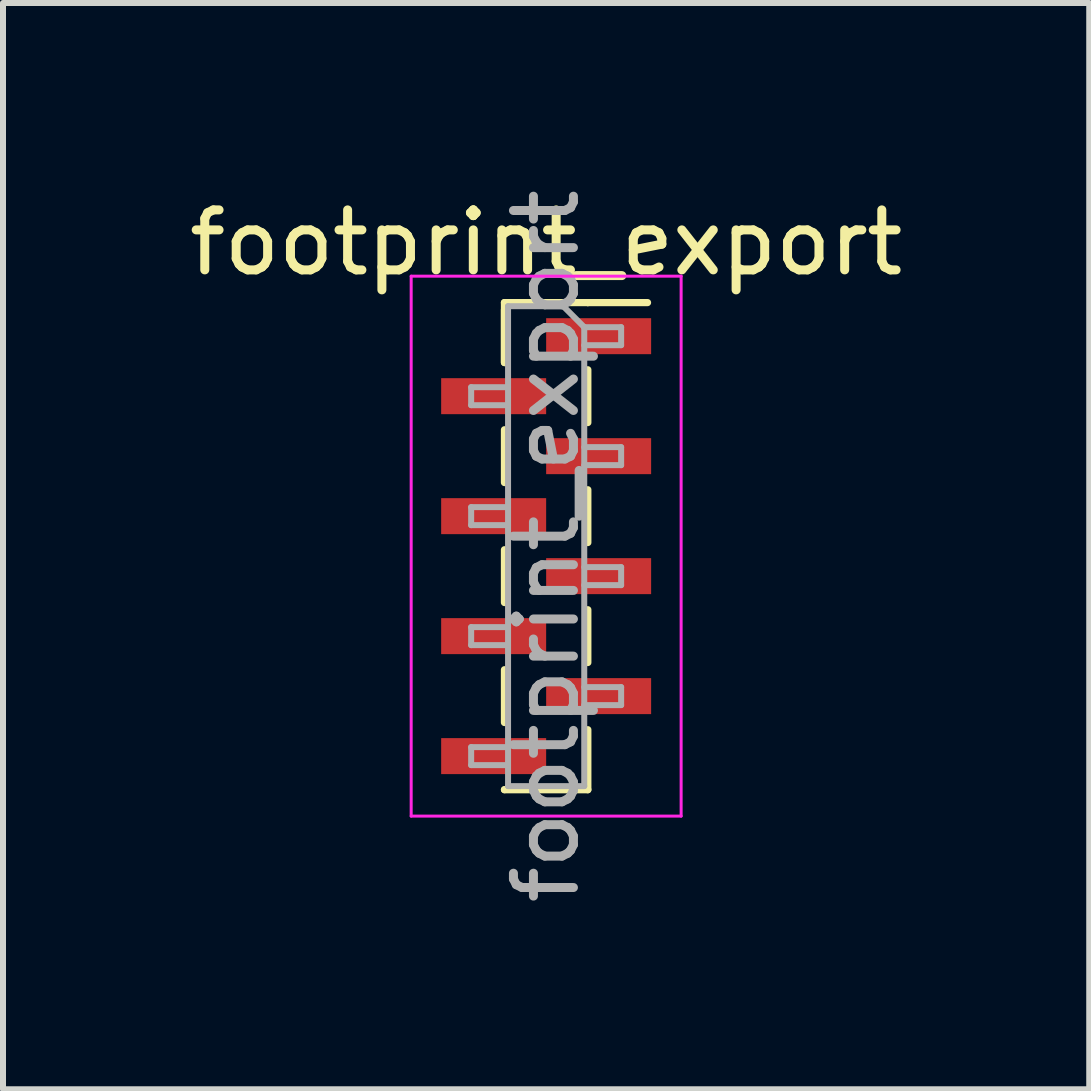
<source format=kicad_pcb>
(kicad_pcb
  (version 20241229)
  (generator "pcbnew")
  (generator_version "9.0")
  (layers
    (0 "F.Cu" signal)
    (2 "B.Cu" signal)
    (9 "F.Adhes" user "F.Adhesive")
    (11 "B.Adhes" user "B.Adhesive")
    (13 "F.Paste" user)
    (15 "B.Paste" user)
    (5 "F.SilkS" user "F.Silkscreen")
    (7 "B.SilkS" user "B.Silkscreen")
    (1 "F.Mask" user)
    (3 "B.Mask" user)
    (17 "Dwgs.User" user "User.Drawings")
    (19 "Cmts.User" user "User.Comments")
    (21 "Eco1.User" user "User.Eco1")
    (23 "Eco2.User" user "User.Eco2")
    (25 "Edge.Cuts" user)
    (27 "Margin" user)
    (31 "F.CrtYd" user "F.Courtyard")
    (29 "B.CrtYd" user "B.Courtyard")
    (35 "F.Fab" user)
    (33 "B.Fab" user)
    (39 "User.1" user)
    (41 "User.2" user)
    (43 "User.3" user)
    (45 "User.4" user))
  (footprint "footprint_export"
    (layer "F.Cu")
    (at 6.054 6.054)
    (property "Reference" "footprint_export" (at 0 -5.06 0) (layer "F.SilkS") (effects (font (size 1 1) (thickness 0.15))))
    (attr smd)
    (fp_line (start -0.695 -4.06) (end -0.695 -3.06) (stroke (width 0.12) (type solid)) (layer "F.SilkS"))
    (fp_line (start -0.695 -4.06) (end 0.695 -4.06) (stroke (width 0.12) (type solid)) (layer "F.SilkS"))
    (fp_line (start -0.695 -3.94) (end -0.695 -3.06) (stroke (width 0.12) (type solid)) (layer "F.SilkS"))
    (fp_line (start -0.695 -1.94) (end -0.695 -1.06) (stroke (width 0.12) (type solid)) (layer "F.SilkS"))
    (fp_line (start -0.695 0.06) (end -0.695 0.94) (stroke (width 0.12) (type solid)) (layer "F.SilkS"))
    (fp_line (start -0.695 2.06) (end -0.695 2.94) (stroke (width 0.12) (type solid)) (layer "F.SilkS"))
    (fp_line (start -0.695 4.06) (end -0.695 4.06) (stroke (width 0.12) (type solid)) (layer "F.SilkS"))
    (fp_line (start -0.695 4.06) (end 0.695 4.06) (stroke (width 0.12) (type solid)) (layer "F.SilkS"))
    (fp_line (start 0.695 -4.06) (end 0.695 -4.06) (stroke (width 0.12) (type solid)) (layer "F.SilkS"))
    (fp_line (start 0.695 -4.06) (end 1.69 -4.06) (stroke (width 0.12) (type solid)) (layer "F.SilkS"))
    (fp_line (start 0.695 -2.94) (end 0.695 -2.06) (stroke (width 0.12) (type solid)) (layer "F.SilkS"))
    (fp_line (start 0.695 -0.94) (end 0.695 -0.06) (stroke (width 0.12) (type solid)) (layer "F.SilkS"))
    (fp_line (start 0.695 1.06) (end 0.695 1.94) (stroke (width 0.12) (type solid)) (layer "F.SilkS"))
    (fp_line (start 0.695 3.06) (end 0.695 4.06) (stroke (width 0.12) (type solid)) (layer "F.SilkS"))
    (fp_line (start -2.25 -4.5) (end -2.25 4.5) (stroke (width 0.05) (type solid)) (layer "F.CrtYd"))
    (fp_line (start -2.25 4.5) (end 2.25 4.5) (stroke (width 0.05) (type solid)) (layer "F.CrtYd"))
    (fp_line (start 2.25 -4.5) (end -2.25 -4.5) (stroke (width 0.05) (type solid)) (layer "F.CrtYd"))
    (fp_line (start 2.25 4.5) (end 2.25 -4.5) (stroke (width 0.05) (type solid)) (layer "F.CrtYd"))
    (fp_line (start -1.25 -2.65) (end -1.25 -2.35) (stroke (width 0.1) (type solid)) (layer "F.Fab"))
    (fp_line (start -1.25 -2.35) (end -0.635 -2.35) (stroke (width 0.1) (type solid)) (layer "F.Fab"))
    (fp_line (start -1.25 -0.65) (end -1.25 -0.35) (stroke (width 0.1) (type solid)) (layer "F.Fab"))
    (fp_line (start -1.25 -0.35) (end -0.635 -0.35) (stroke (width 0.1) (type solid)) (layer "F.Fab"))
    (fp_line (start -1.25 1.35) (end -1.25 1.65) (stroke (width 0.1) (type solid)) (layer "F.Fab"))
    (fp_line (start -1.25 1.65) (end -0.635 1.65) (stroke (width 0.1) (type solid)) (layer "F.Fab"))
    (fp_line (start -1.25 3.35) (end -1.25 3.65) (stroke (width 0.1) (type solid)) (layer "F.Fab"))
    (fp_line (start -1.25 3.65) (end -0.635 3.65) (stroke (width 0.1) (type solid)) (layer "F.Fab"))
    (fp_line (start -0.635 -4) (end -0.635 4) (stroke (width 0.1) (type solid)) (layer "F.Fab"))
    (fp_line (start -0.635 -4) (end 0.285 -4) (stroke (width 0.1) (type solid)) (layer "F.Fab"))
    (fp_line (start -0.635 -2.65) (end -1.25 -2.65) (stroke (width 0.1) (type solid)) (layer "F.Fab"))
    (fp_line (start -0.635 -0.65) (end -1.25 -0.65) (stroke (width 0.1) (type solid)) (layer "F.Fab"))
    (fp_line (start -0.635 1.35) (end -1.25 1.35) (stroke (width 0.1) (type solid)) (layer "F.Fab"))
    (fp_line (start -0.635 3.35) (end -1.25 3.35) (stroke (width 0.1) (type solid)) (layer "F.Fab"))
    (fp_line (start 0.635 -3.65) (end 0.285 -4) (stroke (width 0.1) (type solid)) (layer "F.Fab"))
    (fp_line (start 0.635 -3.65) (end 1.25 -3.65) (stroke (width 0.1) (type solid)) (layer "F.Fab"))
    (fp_line (start 0.635 -1.65) (end 1.25 -1.65) (stroke (width 0.1) (type solid)) (layer "F.Fab"))
    (fp_line (start 0.635 0.35) (end 1.25 0.35) (stroke (width 0.1) (type solid)) (layer "F.Fab"))
    (fp_line (start 0.635 2.35) (end 1.25 2.35) (stroke (width 0.1) (type solid)) (layer "F.Fab"))
    (fp_line (start 0.635 4) (end -0.635 4) (stroke (width 0.1) (type solid)) (layer "F.Fab"))
    (fp_line (start 0.635 4) (end 0.635 -3.65) (stroke (width 0.1) (type solid)) (layer "F.Fab"))
    (fp_line (start 1.25 -3.65) (end 1.25 -3.35) (stroke (width 0.1) (type solid)) (layer "F.Fab"))
    (fp_line (start 1.25 -3.35) (end 0.635 -3.35) (stroke (width 0.1) (type solid)) (layer "F.Fab"))
    (fp_line (start 1.25 -1.65) (end 1.25 -1.35) (stroke (width 0.1) (type solid)) (layer "F.Fab"))
    (fp_line (start 1.25 -1.35) (end 0.635 -1.35) (stroke (width 0.1) (type solid)) (layer "F.Fab"))
    (fp_line (start 1.25 0.35) (end 1.25 0.65) (stroke (width 0.1) (type solid)) (layer "F.Fab"))
    (fp_line (start 1.25 0.65) (end 0.635 0.65) (stroke (width 0.1) (type solid)) (layer "F.Fab"))
    (fp_line (start 1.25 2.35) (end 1.25 2.65) (stroke (width 0.1) (type solid)) (layer "F.Fab"))
    (fp_line (start 1.25 2.65) (end 0.635 2.65) (stroke (width 0.1) (type solid)) (layer "F.Fab"))
    (fp_text user "${REFERENCE}" (at 0 0 90) (layer "F.Fab") (effects (font (size 1 1) (thickness 0.15))))
    (pad "1" smd rect (at 0.875 -3.5) (size 1.75 0.6) (layers "F.Cu" "F.Mask" "F.Paste"))
    (pad "2" smd rect (at -0.875 -2.5) (size 1.75 0.6) (layers "F.Cu" "F.Mask" "F.Paste"))
    (pad "3" smd rect (at 0.875 -1.5) (size 1.75 0.6) (layers "F.Cu" "F.Mask" "F.Paste"))
    (pad "4" smd rect (at -0.875 -0.5) (size 1.75 0.6) (layers "F.Cu" "F.Mask" "F.Paste"))
    (pad "5" smd rect (at 0.875 0.5) (size 1.75 0.6) (layers "F.Cu" "F.Mask" "F.Paste"))
    (pad "6" smd rect (at -0.875 1.5) (size 1.75 0.6) (layers "F.Cu" "F.Mask" "F.Paste"))
    (pad "7" smd rect (at 0.875 2.5) (size 1.75 0.6) (layers "F.Cu" "F.Mask" "F.Paste"))
    (pad "8" smd rect (at -0.875 3.5) (size 1.75 0.6) (layers "F.Cu" "F.Mask" "F.Paste")))
  (gr_rect
    (start -3 -3)
    (end 15.107 15.107)
    (stroke (width 0.1) (type default))
    (fill no)
    (layer "Edge.Cuts")))
</source>
